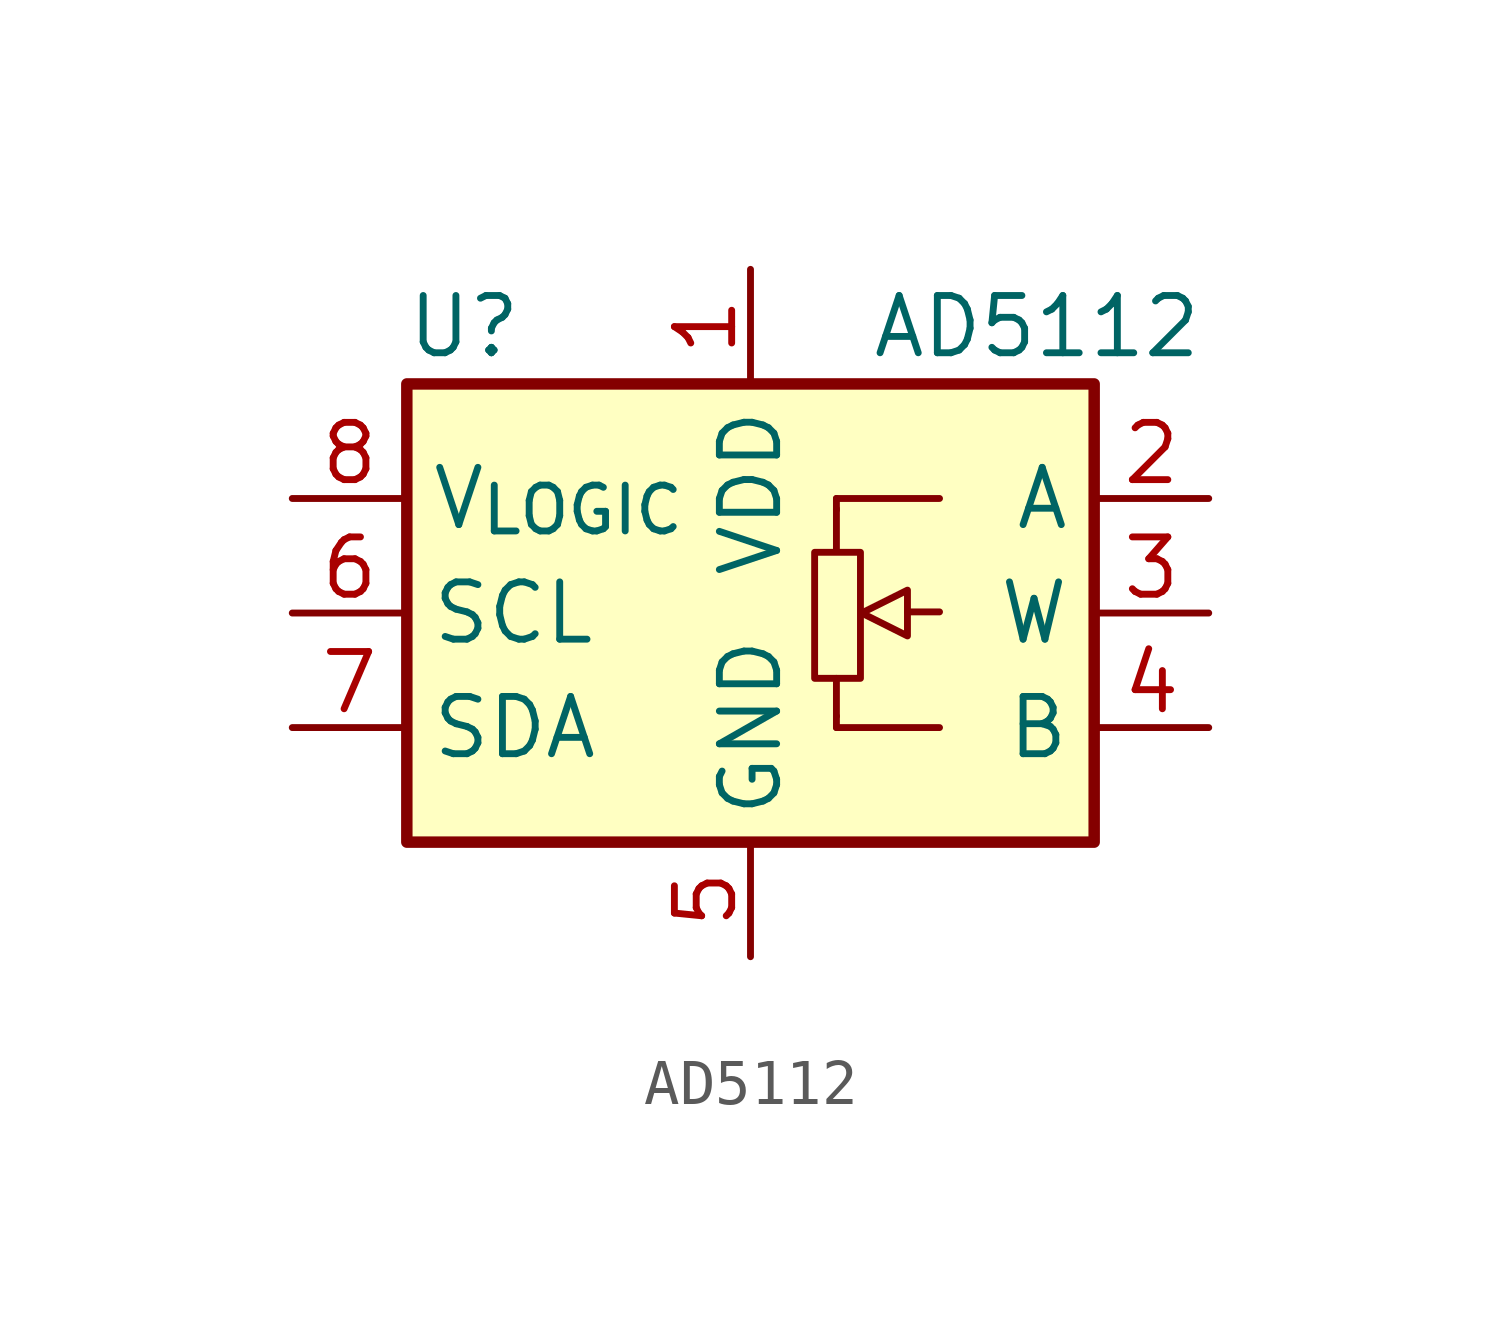
<source format=kicad_sym>
(kicad_symbol_lib
  (version 20211014)
  (generator kicad_symbol_editor)
  (symbol "AD5112"
    (property "Reference" "U"
      (at -6.35 6.35 0)
      (effects (font (size 1.27 1.27))))
    (property "Value" "AD5112"
      (at 6.35 6.35 0)
      (effects (font (size 1.27 1.27))))
    (symbol "AD5112_0_1"
      (rectangle (start -7.62 5.08) (end 7.62 -5.08) (stroke (width 0.254) (type default) (color 0 0 0 0)) (fill (type background))))
    (symbol "AD5112_1_1"
      (polyline (pts (xy 1.905 -2.286) (xy 1.905 -1.448)) (stroke (width 0) (type default) (color 0 0 0 0)) (fill (type none)))
      (polyline (pts (xy 1.905 2.311) (xy 1.905 1.372)) (stroke (width 0) (type default) (color 0 0 0 0)) (fill (type none)))
      (polyline (pts (xy 3.48 0.025) (xy 4.191 0.025)) (stroke (width 0) (type default) (color 0 0 0 0)) (fill (type none)))
      (polyline (pts (xy 1.905 -2.54) (xy 1.905 -2.286) (xy 1.905 -2.286)) (stroke (width 0) (type default) (color 0 0 0 0)) (fill (type background)))
      (polyline (pts (xy 1.905 -2.54) (xy 4.191 -2.54) (xy 4.191 -2.54)) (stroke (width 0) (type default) (color 0 0 0 0)) (fill (type background)))
      (polyline (pts (xy 1.905 2.54) (xy 1.905 2.286) (xy 1.905 2.286)) (stroke (width 0) (type default) (color 0 0 0 0)) (fill (type none)))
      (polyline (pts (xy 1.905 2.54) (xy 4.191 2.54) (xy 4.191 2.54)) (stroke (width 0) (type default) (color 0 0 0 0)) (fill (type background)))
      (polyline (pts (xy 3.48 0.508) (xy 3.48 -0.508) (xy 2.464 0) (xy 3.48 0.508) (xy 3.48 0.508)) (stroke (width 0) (type default) (color 0 0 0 0)) (fill (type background)))
      (rectangle (start 1.422 1.346) (end 2.438 -1.448) (stroke (width 0) (type default) (color 0 0 0 0)) (fill (type none)))
      (pin power_in line (at 0 7.62 270) (length 2.54) (name "VDD" (effects (font (size 1.27 1.27)))) (number "1" (effects (font (size 1.27 1.27)))))
      (pin passive line (at 10.16 2.54 180) (length 2.54) (name "A" (effects (font (size 1.27 1.27)))) (number "2" (effects (font (size 1.27 1.27)))))
      (pin passive line (at 10.16 0 180) (length 2.54) (name "W" (effects (font (size 1.27 1.27)))) (number "3" (effects (font (size 1.27 1.27)))))
      (pin passive line (at 10.16 -2.54 180) (length 2.54) (name "B" (effects (font (size 1.27 1.27)))) (number "4" (effects (font (size 1.27 1.27)))))
      (pin power_in line (at 0 -7.62 90) (length 2.54) (name "GND" (effects (font (size 1.27 1.27)))) (number "5" (effects (font (size 1.27 1.27)))))
      (pin input line (at -10.16 0 0) (length 2.54) (name "SCL" (effects (font (size 1.27 1.27)))) (number "6" (effects (font (size 1.27 1.27)))))
      (pin bidirectional line (at -10.16 -2.54 0) (length 2.54) (name "SDA" (effects (font (size 1.27 1.27)))) (number "7" (effects (font (size 1.27 1.27)))))
      (pin input line (at -10.16 2.54 0) (length 2.54) (name "V_{LOGIC}" (effects (font (size 1.27 1.27)))) (number "8" (effects (font (size 1.27 1.27))))))))
</source>
